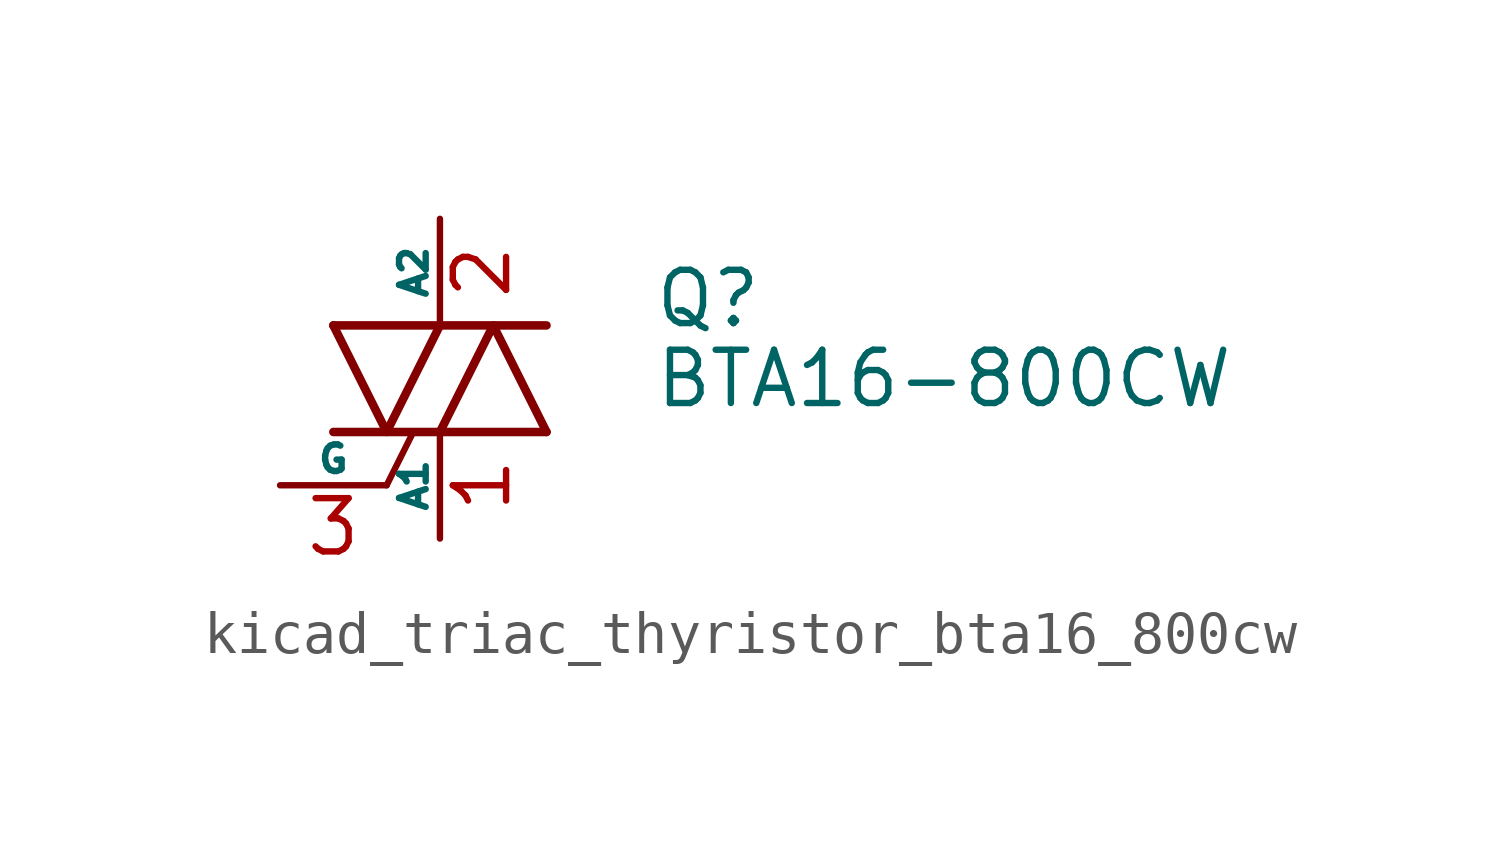
<source format=kicad_sym>
(kicad_symbol_lib
  (version 20220914)
  (generator kicad_symbol_editor)
  (symbol "kicad_triac_thyristor_bta16_800cw"
    (pin_names
      (offset 0))
    (property "Reference" "Q"
      (at 5.08 1.905 0)
      (effects (font (size 1.27 1.27)) (justify left)))
    (property "Value" "BTA16-800CW"
      (at 5.08 0 0)
      (effects (font (size 1.27 1.27)) (justify left)))
    (symbol "kicad_triac_thyristor_bta16_800cw_0_1"
      (polyline (pts (xy -2.54 -1.27) (xy 2.54 -1.27)) (stroke (width 0.203) (type default)) (fill (type none)))
      (polyline (pts (xy -2.54 1.27) (xy 2.54 1.27)) (stroke (width 0.203) (type default)) (fill (type none)))
      (polyline (pts (xy -1.27 -2.54) (xy -0.635 -1.27)) (stroke (width 0) (type default)) (fill (type none)))
      (polyline (pts (xy -2.54 1.27) (xy -1.27 -1.27) (xy 0 1.27)) (stroke (width 0.203) (type default)) (fill (type none)))
      (polyline (pts (xy 0 -1.27) (xy 1.27 1.27) (xy 2.54 -1.27)) (stroke (width 0.203) (type default)) (fill (type none))))
    (symbol "kicad_triac_thyristor_bta16_800cw_1_1"
      (pin passive line (at 0 -3.81 90) (length 2.54) (name "A1" (effects (font (size 0.635 0.635)))) (number "1" (effects (font (size 1.27 1.27)))))
      (pin passive line (at 0 3.81 270) (length 2.54) (name "A2" (effects (font (size 0.635 0.635)))) (number "2" (effects (font (size 1.27 1.27)))))
      (pin input line (at -3.81 -2.54 0) (length 2.54) (name "G" (effects (font (size 0.635 0.635)))) (number "3" (effects (font (size 1.27 1.27))))))))
</source>
